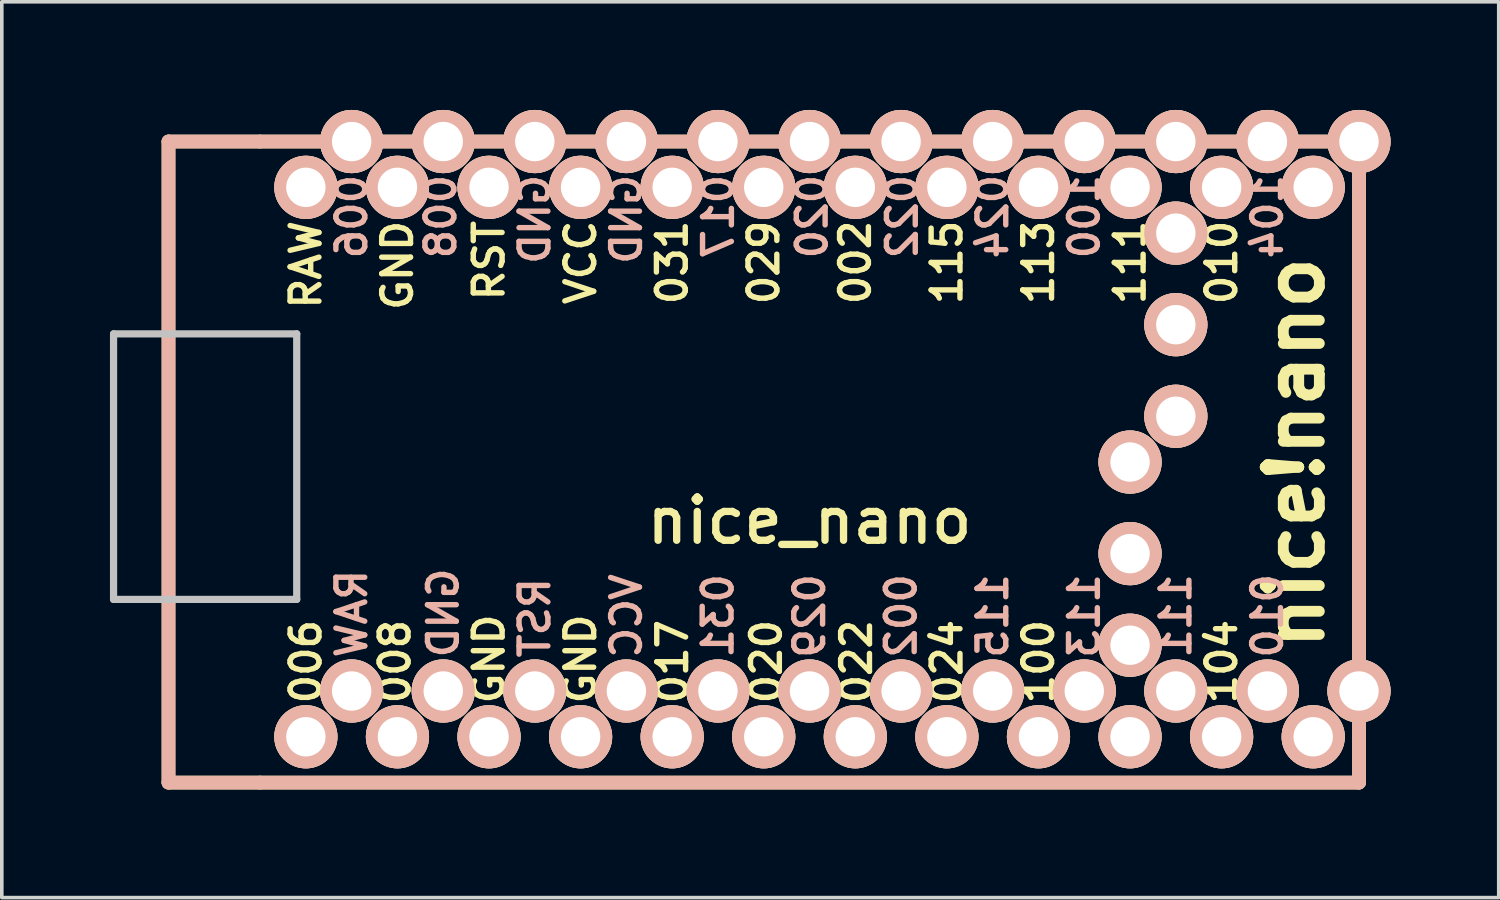
<source format=kicad_pcb>
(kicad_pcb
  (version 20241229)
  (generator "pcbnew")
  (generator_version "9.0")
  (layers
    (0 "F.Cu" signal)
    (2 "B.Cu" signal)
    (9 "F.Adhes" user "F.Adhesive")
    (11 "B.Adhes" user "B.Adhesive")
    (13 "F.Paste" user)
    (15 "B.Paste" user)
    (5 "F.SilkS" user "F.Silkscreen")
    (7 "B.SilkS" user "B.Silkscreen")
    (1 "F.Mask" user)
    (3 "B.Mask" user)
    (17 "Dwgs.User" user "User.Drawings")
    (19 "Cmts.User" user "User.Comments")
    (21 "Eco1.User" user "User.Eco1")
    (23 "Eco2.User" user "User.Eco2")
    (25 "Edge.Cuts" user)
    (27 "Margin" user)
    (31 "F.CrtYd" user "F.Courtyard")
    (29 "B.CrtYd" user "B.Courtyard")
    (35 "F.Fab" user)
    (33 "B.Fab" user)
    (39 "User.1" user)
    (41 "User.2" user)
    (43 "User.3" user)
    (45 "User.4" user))
  (footprint "nice_nano"
    (layer "F.Cu")
    (at 19.404 9.766)
    (property "Reference" "nice_nano" (at 0 1.625 0) (layer "F.SilkS") (effects (font (size 1.2 1.2) (thickness 0.203))))
    (attr through_hole)
    (fp_line (start -17.78 -8.89) (end -17.78 8.89) (stroke (width 0.381) (type solid)) (layer "F.SilkS"))
    (fp_line (start -17.78 8.89) (end -15.24 8.89) (stroke (width 0.381) (type solid)) (layer "F.SilkS"))
    (fp_line (start -15.24 -8.89) (end -17.78 -8.89) (stroke (width 0.381) (type solid)) (layer "F.SilkS"))
    (fp_line (start -15.24 8.89) (end 15.24 8.89) (stroke (width 0.381) (type solid)) (layer "F.SilkS"))
    (fp_line (start 15.24 -8.89) (end -15.24 -8.89) (stroke (width 0.381) (type solid)) (layer "F.SilkS"))
    (fp_line (start 15.24 8.89) (end 15.24 -8.89) (stroke (width 0.381) (type solid)) (layer "F.SilkS"))
    (fp_line (start -17.78 -8.89) (end -17.78 8.89) (stroke (width 0.381) (type solid)) (layer "B.SilkS"))
    (fp_line (start -17.78 8.89) (end 15.24 8.89) (stroke (width 0.381) (type solid)) (layer "B.SilkS"))
    (fp_line (start 15.24 -8.89) (end -17.78 -8.89) (stroke (width 0.381) (type solid)) (layer "B.SilkS"))
    (fp_line (start 15.24 8.89) (end 15.24 -8.89) (stroke (width 0.381) (type solid)) (layer "B.SilkS"))
    (fp_line (start -19.304 -3.556) (end -14.224 -3.556) (stroke (width 0.2) (type solid)) (layer "Dwgs.User"))
    (fp_line (start -19.304 3.81) (end -19.304 -3.556) (stroke (width 0.2) (type solid)) (layer "Dwgs.User"))
    (fp_line (start -14.224 -3.556) (end -14.224 3.81) (stroke (width 0.2) (type solid)) (layer "Dwgs.User"))
    (fp_line (start -14.224 3.81) (end -19.304 3.81) (stroke (width 0.2) (type solid)) (layer "Dwgs.User"))
    (fp_text user "111" (at 8.89 -5.537 90) (layer "F.SilkS") (effects (font (size 0.8 0.8) (thickness 0.15))))
    (fp_text user "GND" (at -11.43 -5.455 90) (layer "F.SilkS") (effects (font (size 0.8 0.8) (thickness 0.15))))
    (fp_text user "017" (at -3.8 5.537 90) (layer "F.SilkS") (effects (font (size 0.8 0.8) (thickness 0.15))))
    (fp_text user "RAW" (at -13.97 -5.474 90) (layer "F.SilkS") (effects (font (size 0.8 0.8) (thickness 0.15))))
    (fp_text user "VCC" (at -6.35 -5.537 90) (layer "F.SilkS") (effects (font (size 0.8 0.8) (thickness 0.15))))
    (fp_text user "nice!nano" (at 13.462 -0.254 90) (layer "F.SilkS") (effects (font (size 1.5 1.5) (thickness 0.3))))
    (fp_text user "115" (at 3.81 -5.537 90) (layer "F.SilkS") (effects (font (size 0.8 0.8) (thickness 0.15))))
    (fp_text user "031" (at -3.81 -5.537 90) (layer "F.SilkS") (effects (font (size 0.8 0.8) (thickness 0.15))))
    (fp_text user "008" (at -11.5 5.537 90) (layer "F.SilkS") (effects (font (size 0.8 0.8) (thickness 0.15))))
    (fp_text user "GND" (at -8.89 5.461 90) (layer "F.SilkS") (effects (font (size 0.8 0.8) (thickness 0.15))))
    (fp_text user "RST" (at -8.89 -5.588 90) (layer "F.SilkS") (effects (font (size 0.8 0.8) (thickness 0.15))))
    (fp_text user "104" (at 11.43 5.537 90) (layer "F.SilkS") (effects (font (size 0.8 0.8) (thickness 0.15))))
    (fp_text user "010" (at 11.43 -5.537 90) (layer "F.SilkS") (effects (font (size 0.8 0.8) (thickness 0.15))))
    (fp_text user "100" (at 6.35 5.537 90) (layer "F.SilkS") (effects (font (size 0.8 0.8) (thickness 0.15))))
    (fp_text user "022" (at 1.3 5.537 90) (layer "F.SilkS") (effects (font (size 0.8 0.8) (thickness 0.15))))
    (fp_text user "029" (at -1.27 -5.537 90) (layer "F.SilkS") (effects (font (size 0.8 0.8) (thickness 0.15))))
    (fp_text user "006" (at -13.97 5.537 90) (layer "F.SilkS") (effects (font (size 0.8 0.8) (thickness 0.15))))
    (fp_text user "002" (at 1.27 -5.537 90) (layer "F.SilkS") (effects (font (size 0.8 0.8) (thickness 0.15))))
    (fp_text user "GND" (at -6.35 5.461 90) (layer "F.SilkS") (effects (font (size 0.8 0.8) (thickness 0.15))))
    (fp_text user "020" (at -1.2 5.537 90) (layer "F.SilkS") (effects (font (size 0.8 0.8) (thickness 0.15))))
    (fp_text user "113" (at 6.35 -5.537 90) (layer "F.SilkS") (effects (font (size 0.8 0.8) (thickness 0.15))))
    (fp_text user "024" (at 3.81 5.537 90) (layer "F.SilkS") (effects (font (size 0.8 0.8) (thickness 0.15))))
    (fp_text user "031" (at -2.54 4.267 90) (layer "B.SilkS") (effects (font (size 0.8 0.8) (thickness 0.15)) (justify mirror)))
    (fp_text user "GND" (at -5.08 -6.731 90) (layer "B.SilkS") (effects (font (size 0.8 0.8) (thickness 0.15)) (justify mirror)))
    (fp_text user "GND" (at -10.16 4.185 90) (layer "B.SilkS") (effects (font (size 0.8 0.8) (thickness 0.15)) (justify mirror)))
    (fp_text user "RAW" (at -12.7 4.204 90) (layer "B.SilkS") (effects (font (size 0.8 0.8) (thickness 0.15)) (justify mirror)))
    (fp_text user "100" (at 7.62 -6.807 90) (layer "B.SilkS") (effects (font (size 0.8 0.8) (thickness 0.15)) (justify mirror)))
    (fp_text user "GND" (at -7.62 -6.731 90) (layer "B.SilkS") (effects (font (size 0.8 0.8) (thickness 0.15)) (justify mirror)))
    (fp_text user "RST" (at -7.62 4.318 90) (layer "B.SilkS") (effects (font (size 0.8 0.8) (thickness 0.15)) (justify mirror)))
    (fp_text user "002" (at 2.54 4.267 90) (layer "B.SilkS") (effects (font (size 0.8 0.8) (thickness 0.15)) (justify mirror)))
    (fp_text user "024" (at 5.08 -6.807 90) (layer "B.SilkS") (effects (font (size 0.8 0.8) (thickness 0.15)) (justify mirror)))
    (fp_text user "008" (at -10.23 -6.807 90) (layer "B.SilkS") (effects (font (size 0.8 0.8) (thickness 0.15)) (justify mirror)))
    (fp_text user "VCC" (at -5.08 4.267 90) (layer "B.SilkS") (effects (font (size 0.8 0.8) (thickness 0.15)) (justify mirror)))
    (fp_text user "017" (at -2.53 -6.807 90) (layer "B.SilkS") (effects (font (size 0.8 0.8) (thickness 0.15)) (justify mirror)))
    (fp_text user "010" (at 12.7 4.267 90) (layer "B.SilkS") (effects (font (size 0.8 0.8) (thickness 0.15)) (justify mirror)))
    (fp_text user "111" (at 10.16 4.267 90) (layer "B.SilkS") (effects (font (size 0.8 0.8) (thickness 0.15)) (justify mirror)))
    (fp_text user "029" (at 0 4.267 90) (layer "B.SilkS") (effects (font (size 0.8 0.8) (thickness 0.15)) (justify mirror)))
    (fp_text user "104" (at 12.7 -6.807 90) (layer "B.SilkS") (effects (font (size 0.8 0.8) (thickness 0.15)) (justify mirror)))
    (fp_text user "020" (at 0.07 -6.807 90) (layer "B.SilkS") (effects (font (size 0.8 0.8) (thickness 0.15)) (justify mirror)))
    (fp_text user "115" (at 5.08 4.267 90) (layer "B.SilkS") (effects (font (size 0.8 0.8) (thickness 0.15)) (justify mirror)))
    (fp_text user "022" (at 2.57 -6.807 90) (layer "B.SilkS") (effects (font (size 0.8 0.8) (thickness 0.15)) (justify mirror)))
    (fp_text user "113" (at 7.62 4.267 90) (layer "B.SilkS") (effects (font (size 0.8 0.8) (thickness 0.15)) (justify mirror)))
    (fp_text user "006" (at -12.7 -6.807 90) (layer "B.SilkS") (effects (font (size 0.8 0.8) (thickness 0.15)) (justify mirror)))
    (pad "1" thru_hole circle (at -13.97 7.62) (size 1.753 1.753) (drill 1.092) (layers "*.Cu" "*.SilkS" "*.Mask"))
    (pad "1" thru_hole circle (at -12.7 -8.89 180) (size 1.753 1.753) (drill 1.092) (layers "*.Cu" "*.SilkS" "*.Mask"))
    (pad "2" thru_hole circle (at -11.43 7.62) (size 1.753 1.753) (drill 1.092) (layers "*.Cu" "*.SilkS" "*.Mask"))
    (pad "2" thru_hole circle (at -10.16 -8.89 180) (size 1.753 1.753) (drill 1.092) (layers "*.Cu" "*.SilkS" "*.Mask"))
    (pad "3" thru_hole circle (at -8.89 7.62) (size 1.753 1.753) (drill 1.092) (layers "*.Cu" "*.SilkS" "*.Mask"))
    (pad "3" thru_hole circle (at -7.62 -8.89 180) (size 1.753 1.753) (drill 1.092) (layers "*.Cu" "*.SilkS" "*.Mask"))
    (pad "4" thru_hole circle (at -6.35 7.62) (size 1.753 1.753) (drill 1.092) (layers "*.Cu" "*.SilkS" "*.Mask"))
    (pad "4" thru_hole circle (at -5.08 -8.89 180) (size 1.753 1.753) (drill 1.092) (layers "*.Cu" "*.SilkS" "*.Mask"))
    (pad "5" thru_hole circle (at -3.81 7.62) (size 1.753 1.753) (drill 1.092) (layers "*.Cu" "*.SilkS" "*.Mask"))
    (pad "5" thru_hole circle (at -2.54 -8.89 180) (size 1.753 1.753) (drill 1.092) (layers "*.Cu" "*.SilkS" "*.Mask"))
    (pad "6" thru_hole circle (at -1.27 7.62) (size 1.753 1.753) (drill 1.092) (layers "*.Cu" "*.SilkS" "*.Mask"))
    (pad "6" thru_hole circle (at 0 -8.89 180) (size 1.753 1.753) (drill 1.092) (layers "*.Cu" "*.SilkS" "*.Mask"))
    (pad "7" thru_hole circle (at 1.27 7.62) (size 1.753 1.753) (drill 1.092) (layers "*.Cu" "*.SilkS" "*.Mask"))
    (pad "7" thru_hole circle (at 2.54 -8.89 180) (size 1.753 1.753) (drill 1.092) (layers "*.Cu" "*.SilkS" "*.Mask"))
    (pad "8" thru_hole circle (at 3.81 7.62) (size 1.753 1.753) (drill 1.092) (layers "*.Cu" "*.SilkS" "*.Mask"))
    (pad "8" thru_hole circle (at 5.08 -8.89 180) (size 1.753 1.753) (drill 1.092) (layers "*.Cu" "*.SilkS" "*.Mask"))
    (pad "9" thru_hole circle (at 6.35 7.62) (size 1.753 1.753) (drill 1.092) (layers "*.Cu" "*.SilkS" "*.Mask"))
    (pad "9" thru_hole circle (at 7.62 -8.89 180) (size 1.753 1.753) (drill 1.092) (layers "*.Cu" "*.SilkS" "*.Mask"))
    (pad "10" thru_hole circle (at 8.89 7.62) (size 1.753 1.753) (drill 1.092) (layers "*.Cu" "*.SilkS" "*.Mask"))
    (pad "10" thru_hole circle (at 10.16 -8.89 180) (size 1.753 1.753) (drill 1.092) (layers "*.Cu" "*.SilkS" "*.Mask"))
    (pad "11" thru_hole circle (at 11.43 7.62) (size 1.753 1.753) (drill 1.092) (layers "*.Cu" "*.SilkS" "*.Mask"))
    (pad "11" thru_hole circle (at 12.7 -8.89 180) (size 1.753 1.753) (drill 1.092) (layers "*.Cu" "*.SilkS" "*.Mask"))
    (pad "12" thru_hole circle (at 13.97 7.62) (size 1.753 1.753) (drill 1.092) (layers "*.Cu" "*.SilkS" "*.Mask"))
    (pad "12" thru_hole circle (at 15.24 -8.89 180) (size 1.753 1.753) (drill 1.092) (layers "*.Cu" "*.SilkS" "*.Mask"))
    (pad "13" thru_hole circle (at 13.97 -7.62) (size 1.753 1.753) (drill 1.092) (layers "*.Cu" "*.SilkS" "*.Mask"))
    (pad "13" thru_hole circle (at 15.24 6.35 180) (size 1.753 1.753) (drill 1.092) (layers "*.Cu" "*.SilkS" "*.Mask"))
    (pad "14" thru_hole circle (at 11.43 -7.62) (size 1.753 1.753) (drill 1.092) (layers "*.Cu" "*.SilkS" "*.Mask"))
    (pad "14" thru_hole circle (at 12.7 6.35 180) (size 1.753 1.753) (drill 1.092) (layers "*.Cu" "*.SilkS" "*.Mask"))
    (pad "15" thru_hole circle (at 8.89 -7.62) (size 1.753 1.753) (drill 1.092) (layers "*.Cu" "*.SilkS" "*.Mask"))
    (pad "15" thru_hole circle (at 10.16 6.35 180) (size 1.753 1.753) (drill 1.092) (layers "*.Cu" "*.SilkS" "*.Mask"))
    (pad "16" thru_hole circle (at 6.35 -7.62) (size 1.753 1.753) (drill 1.092) (layers "*.Cu" "*.SilkS" "*.Mask"))
    (pad "16" thru_hole circle (at 7.62 6.35 180) (size 1.753 1.753) (drill 1.092) (layers "*.Cu" "*.SilkS" "*.Mask"))
    (pad "17" thru_hole circle (at 3.81 -7.62) (size 1.753 1.753) (drill 1.092) (layers "*.Cu" "*.SilkS" "*.Mask"))
    (pad "17" thru_hole circle (at 5.08 6.35 180) (size 1.753 1.753) (drill 1.092) (layers "*.Cu" "*.SilkS" "*.Mask"))
    (pad "18" thru_hole circle (at 1.27 -7.62) (size 1.753 1.753) (drill 1.092) (layers "*.Cu" "*.SilkS" "*.Mask"))
    (pad "18" thru_hole circle (at 2.54 6.35 180) (size 1.753 1.753) (drill 1.092) (layers "*.Cu" "*.SilkS" "*.Mask"))
    (pad "19" thru_hole circle (at -1.27 -7.62) (size 1.753 1.753) (drill 1.092) (layers "*.Cu" "*.SilkS" "*.Mask"))
    (pad "19" thru_hole circle (at 0 6.35 180) (size 1.753 1.753) (drill 1.092) (layers "*.Cu" "*.SilkS" "*.Mask"))
    (pad "20" thru_hole circle (at -3.81 -7.62) (size 1.753 1.753) (drill 1.092) (layers "*.Cu" "*.SilkS" "*.Mask"))
    (pad "20" thru_hole circle (at -2.54 6.35 180) (size 1.753 1.753) (drill 1.092) (layers "*.Cu" "*.SilkS" "*.Mask"))
    (pad "21" thru_hole circle (at -6.35 -7.62) (size 1.753 1.753) (drill 1.092) (layers "*.Cu" "*.SilkS" "*.Mask"))
    (pad "21" thru_hole circle (at -5.08 6.35 180) (size 1.753 1.753) (drill 1.092) (layers "*.Cu" "*.SilkS" "*.Mask"))
    (pad "22" thru_hole circle (at -8.89 -7.62) (size 1.753 1.753) (drill 1.092) (layers "*.Cu" "*.SilkS" "*.Mask"))
    (pad "22" thru_hole circle (at -7.62 6.35 180) (size 1.753 1.753) (drill 1.092) (layers "*.Cu" "*.SilkS" "*.Mask"))
    (pad "23" thru_hole circle (at -11.43 -7.62) (size 1.753 1.753) (drill 1.092) (layers "*.Cu" "*.SilkS" "*.Mask"))
    (pad "23" thru_hole circle (at -10.16 6.35 180) (size 1.753 1.753) (drill 1.092) (layers "*.Cu" "*.SilkS" "*.Mask"))
    (pad "24" thru_hole circle (at -13.97 -7.62) (size 1.753 1.753) (drill 1.092) (layers "*.Cu" "*.SilkS" "*.Mask"))
    (pad "24" thru_hole circle (at -12.7 6.35 180) (size 1.753 1.753) (drill 1.092) (layers "*.Cu" "*.SilkS" "*.Mask"))
    (pad "31" thru_hole circle (at 8.89 5.08) (size 1.753 1.753) (drill 1.092) (layers "*.Cu" "*.SilkS" "*.Mask"))
    (pad "31" thru_hole circle (at 10.16 -6.35 180) (size 1.753 1.753) (drill 1.092) (layers "*.Cu" "*.SilkS" "*.Mask"))
    (pad "32" thru_hole circle (at 8.89 2.54) (size 1.753 1.753) (drill 1.092) (layers "*.Cu" "*.SilkS" "*.Mask"))
    (pad "32" thru_hole circle (at 10.16 -3.81 180) (size 1.753 1.753) (drill 1.092) (layers "*.Cu" "*.SilkS" "*.Mask"))
    (pad "33" thru_hole circle (at 8.89 0) (size 1.753 1.753) (drill 1.092) (layers "*.Cu" "*.SilkS" "*.Mask"))
    (pad "33" thru_hole circle (at 10.16 -1.27 180) (size 1.753 1.753) (drill 1.092) (layers "*.Cu" "*.SilkS" "*.Mask")))
  (gr_rect
    (start -3 -3)
    (end 38.52 21.847)
    (stroke (width 0.1) (type default))
    (fill no)
    (layer "Edge.Cuts")))
</source>
